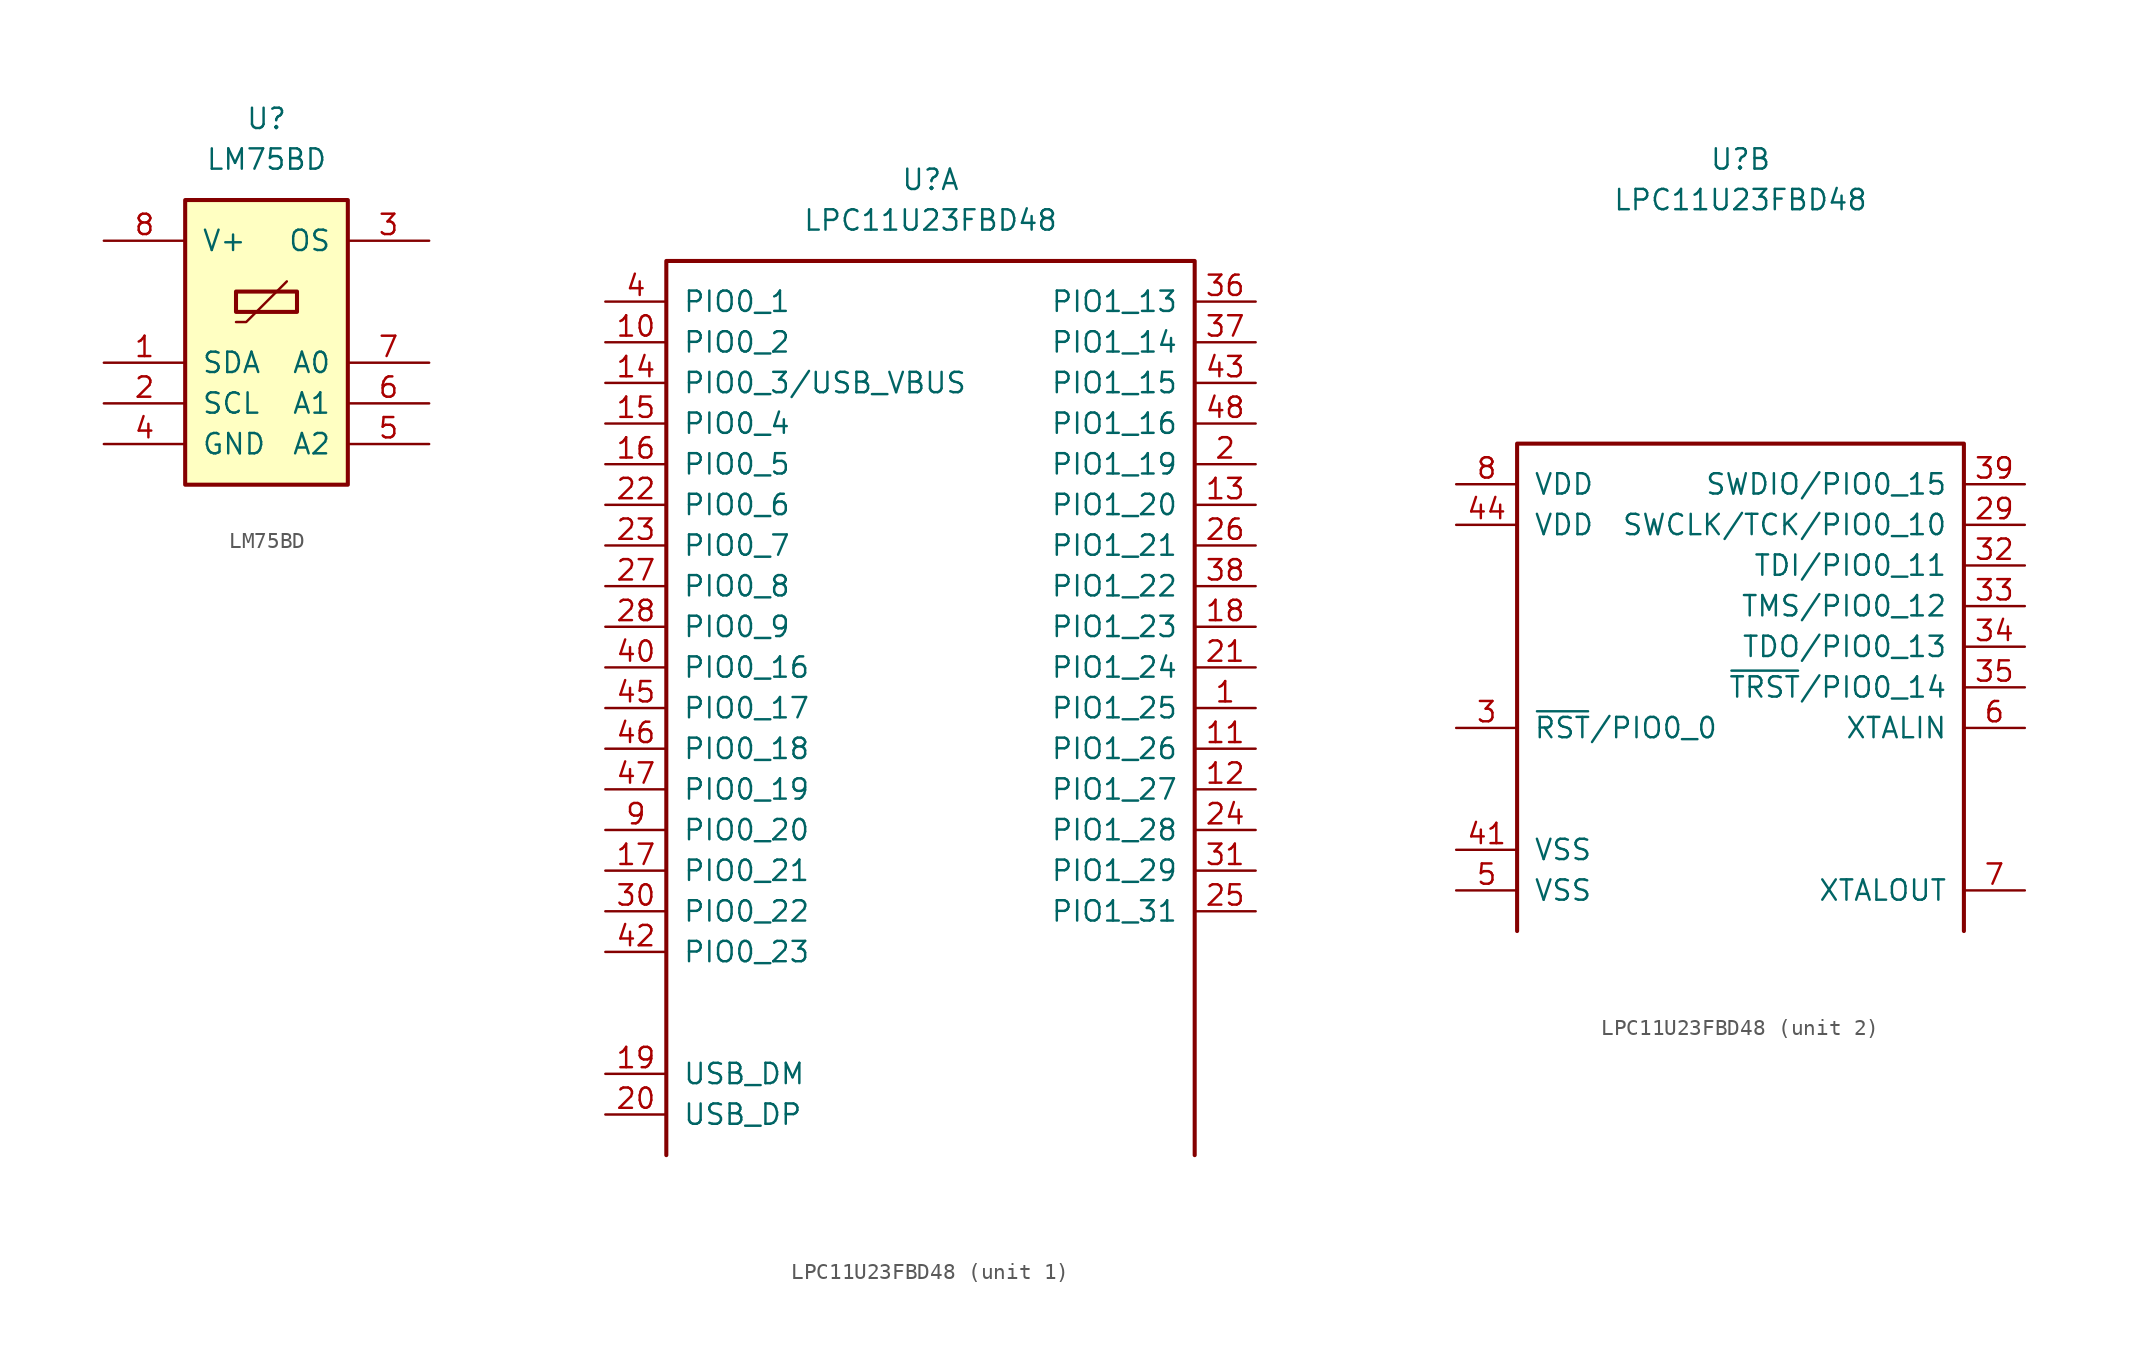
<source format=kicad_sym>
(kicad_symbol_lib
  (version 20211014)
  (generator kicad_symbol_editor)
  (symbol "LM75BD"
    (pin_names
      (offset 1.016))
    (property "Reference" "U"
      (at 0 7.62 0)
      (effects (font (size 1.27 1.27))))
    (property "Value" "LM75BD"
      (at 0 5.08 0)
      (effects (font (size 1.27 1.27))))
    (symbol "LM75BD_0_1"
      (rectangle (start -5.08 2.54) (end 5.08 -15.24) (stroke (width 0.254) (type default) (color 0 0 0 0)) (fill (type background)))
      (rectangle (start -1.905 -3.175) (end 1.905 -4.445) (stroke (width 0.254) (type default) (color 0 0 0 0)) (fill (type none)))
      (polyline (pts (xy -1.905 -5.08) (xy -1.27 -5.08) (xy 1.27 -2.54)) (stroke (width 0) (type default) (color 0 0 0 0)) (fill (type none))))
    (symbol "LM75BD_1_1"
      (pin open_collector line (at -10.16 -7.62 0) (length 5.08) (name "SDA" (effects (font (size 1.27 1.27)))) (number "1" (effects (font (size 1.27 1.27)))))
      (pin input line (at -10.16 -10.16 0) (length 5.08) (name "SCL" (effects (font (size 1.27 1.27)))) (number "2" (effects (font (size 1.27 1.27)))))
      (pin open_collector line (at 10.16 0 180) (length 5.08) (name "OS" (effects (font (size 1.27 1.27)))) (number "3" (effects (font (size 1.27 1.27)))))
      (pin power_in line (at -10.16 -12.7 0) (length 5.08) (name "GND" (effects (font (size 1.27 1.27)))) (number "4" (effects (font (size 1.27 1.27)))))
      (pin input line (at 10.16 -12.7 180) (length 5.08) (name "A2" (effects (font (size 1.27 1.27)))) (number "5" (effects (font (size 1.27 1.27)))))
      (pin input line (at 10.16 -10.16 180) (length 5.08) (name "A1" (effects (font (size 1.27 1.27)))) (number "6" (effects (font (size 1.27 1.27)))))
      (pin input line (at 10.16 -7.62 180) (length 5.08) (name "A0" (effects (font (size 1.27 1.27)))) (number "7" (effects (font (size 1.27 1.27)))))
      (pin power_in line (at -10.16 0 0) (length 5.08) (name "V+" (effects (font (size 1.27 1.27)))) (number "8" (effects (font (size 1.27 1.27)))))))
  (symbol "LPC11U23FBD48"
    (pin_names
      (offset 1.016))
    (property "Reference" "U"
      (at 0 33.02 0)
      (effects (font (size 1.27 1.27))))
    (property "Value" "LPC11U23FBD48"
      (at 0 30.48 0)
      (effects (font (size 1.27 1.27))))
    (property "ki_locked" ""
      (at 0 0 0)
      (effects (font (size 1.27 1.27))))
    (symbol "LPC11U23FBD48_1_1"
      (polyline (pts (xy -16.51 -27.94) (xy -16.51 27.94) (xy 16.51 27.94) (xy 16.51 -27.94)) (stroke (width 0.254) (type default) (color 0 0 0 0)) (fill (type none)))
      (pin bidirectional line (at 20.32 0 180) (length 3.81) (name "PIO1_25" (effects (font (size 1.27 1.27)))) (number "1" (effects (font (size 1.27 1.27)))))
      (pin bidirectional line (at -20.32 22.86 0) (length 3.81) (name "PIO0_2" (effects (font (size 1.27 1.27)))) (number "10" (effects (font (size 1.27 1.27)))))
      (pin bidirectional line (at 20.32 -2.54 180) (length 3.81) (name "PIO1_26" (effects (font (size 1.27 1.27)))) (number "11" (effects (font (size 1.27 1.27)))))
      (pin bidirectional line (at 20.32 -5.08 180) (length 3.81) (name "PIO1_27" (effects (font (size 1.27 1.27)))) (number "12" (effects (font (size 1.27 1.27)))))
      (pin bidirectional line (at 20.32 12.7 180) (length 3.81) (name "PIO1_20" (effects (font (size 1.27 1.27)))) (number "13" (effects (font (size 1.27 1.27)))))
      (pin bidirectional line (at -20.32 20.32 0) (length 3.81) (name "PIO0_3/USB_VBUS" (effects (font (size 1.27 1.27)))) (number "14" (effects (font (size 1.27 1.27)))))
      (pin bidirectional line (at -20.32 17.78 0) (length 3.81) (name "PIO0_4" (effects (font (size 1.27 1.27)))) (number "15" (effects (font (size 1.27 1.27)))))
      (pin bidirectional line (at -20.32 15.24 0) (length 3.81) (name "PIO0_5" (effects (font (size 1.27 1.27)))) (number "16" (effects (font (size 1.27 1.27)))))
      (pin bidirectional line (at -20.32 -10.16 0) (length 3.81) (name "PIO0_21" (effects (font (size 1.27 1.27)))) (number "17" (effects (font (size 1.27 1.27)))))
      (pin bidirectional line (at 20.32 5.08 180) (length 3.81) (name "PIO1_23" (effects (font (size 1.27 1.27)))) (number "18" (effects (font (size 1.27 1.27)))))
      (pin bidirectional line (at -20.32 -22.86 0) (length 3.81) (name "USB_DM" (effects (font (size 1.27 1.27)))) (number "19" (effects (font (size 1.27 1.27)))))
      (pin bidirectional line (at 20.32 15.24 180) (length 3.81) (name "PIO1_19" (effects (font (size 1.27 1.27)))) (number "2" (effects (font (size 1.27 1.27)))))
      (pin bidirectional line (at -20.32 -25.4 0) (length 3.81) (name "USB_DP" (effects (font (size 1.27 1.27)))) (number "20" (effects (font (size 1.27 1.27)))))
      (pin bidirectional line (at 20.32 2.54 180) (length 3.81) (name "PIO1_24" (effects (font (size 1.27 1.27)))) (number "21" (effects (font (size 1.27 1.27)))))
      (pin bidirectional line (at -20.32 12.7 0) (length 3.81) (name "PIO0_6" (effects (font (size 1.27 1.27)))) (number "22" (effects (font (size 1.27 1.27)))))
      (pin bidirectional line (at -20.32 10.16 0) (length 3.81) (name "PIO0_7" (effects (font (size 1.27 1.27)))) (number "23" (effects (font (size 1.27 1.27)))))
      (pin bidirectional line (at 20.32 -7.62 180) (length 3.81) (name "PIO1_28" (effects (font (size 1.27 1.27)))) (number "24" (effects (font (size 1.27 1.27)))))
      (pin bidirectional line (at 20.32 -12.7 180) (length 3.81) (name "PIO1_31" (effects (font (size 1.27 1.27)))) (number "25" (effects (font (size 1.27 1.27)))))
      (pin bidirectional line (at 20.32 10.16 180) (length 3.81) (name "PIO1_21" (effects (font (size 1.27 1.27)))) (number "26" (effects (font (size 1.27 1.27)))))
      (pin bidirectional line (at -20.32 7.62 0) (length 3.81) (name "PIO0_8" (effects (font (size 1.27 1.27)))) (number "27" (effects (font (size 1.27 1.27)))))
      (pin bidirectional line (at -20.32 5.08 0) (length 3.81) (name "PIO0_9" (effects (font (size 1.27 1.27)))) (number "28" (effects (font (size 1.27 1.27)))))
      (pin bidirectional line (at -20.32 -12.7 0) (length 3.81) (name "PIO0_22" (effects (font (size 1.27 1.27)))) (number "30" (effects (font (size 1.27 1.27)))))
      (pin bidirectional line (at 20.32 -10.16 180) (length 3.81) (name "PIO1_29" (effects (font (size 1.27 1.27)))) (number "31" (effects (font (size 1.27 1.27)))))
      (pin bidirectional line (at 20.32 25.4 180) (length 3.81) (name "PIO1_13" (effects (font (size 1.27 1.27)))) (number "36" (effects (font (size 1.27 1.27)))))
      (pin bidirectional line (at 20.32 22.86 180) (length 3.81) (name "PIO1_14" (effects (font (size 1.27 1.27)))) (number "37" (effects (font (size 1.27 1.27)))))
      (pin bidirectional line (at 20.32 7.62 180) (length 3.81) (name "PIO1_22" (effects (font (size 1.27 1.27)))) (number "38" (effects (font (size 1.27 1.27)))))
      (pin bidirectional line (at -20.32 25.4 0) (length 3.81) (name "PIO0_1" (effects (font (size 1.27 1.27)))) (number "4" (effects (font (size 1.27 1.27)))))
      (pin bidirectional line (at -20.32 2.54 0) (length 3.81) (name "PIO0_16" (effects (font (size 1.27 1.27)))) (number "40" (effects (font (size 1.27 1.27)))))
      (pin bidirectional line (at -20.32 -15.24 0) (length 3.81) (name "PIO0_23" (effects (font (size 1.27 1.27)))) (number "42" (effects (font (size 1.27 1.27)))))
      (pin bidirectional line (at 20.32 20.32 180) (length 3.81) (name "PIO1_15" (effects (font (size 1.27 1.27)))) (number "43" (effects (font (size 1.27 1.27)))))
      (pin bidirectional line (at -20.32 0 0) (length 3.81) (name "PIO0_17" (effects (font (size 1.27 1.27)))) (number "45" (effects (font (size 1.27 1.27)))))
      (pin bidirectional line (at -20.32 -2.54 0) (length 3.81) (name "PIO0_18" (effects (font (size 1.27 1.27)))) (number "46" (effects (font (size 1.27 1.27)))))
      (pin bidirectional line (at -20.32 -5.08 0) (length 3.81) (name "PIO0_19" (effects (font (size 1.27 1.27)))) (number "47" (effects (font (size 1.27 1.27)))))
      (pin bidirectional line (at 20.32 17.78 180) (length 3.81) (name "PIO1_16" (effects (font (size 1.27 1.27)))) (number "48" (effects (font (size 1.27 1.27)))))
      (pin power_in line (at -20.32 -7.62 0) (length 3.81) (name "PIO0_20" (effects (font (size 1.27 1.27)))) (number "9" (effects (font (size 1.27 1.27))))))
    (symbol "LPC11U23FBD48_2_1"
      (polyline (pts (xy 13.97 -15.24) (xy 13.97 15.24) (xy -13.97 15.24) (xy -13.97 -15.24)) (stroke (width 0.254) (type default) (color 0 0 0 0)) (fill (type none)))
      (pin bidirectional line (at 17.78 10.16 180) (length 3.81) (name "SWCLK/TCK/PIO0_10" (effects (font (size 1.27 1.27)))) (number "29" (effects (font (size 1.27 1.27)))))
      (pin bidirectional line (at -17.78 -2.54 0) (length 3.81) (name "~{RST}/PIO0_0" (effects (font (size 1.27 1.27)))) (number "3" (effects (font (size 1.27 1.27)))))
      (pin bidirectional line (at 17.78 7.62 180) (length 3.81) (name "TDI/PIO0_11" (effects (font (size 1.27 1.27)))) (number "32" (effects (font (size 1.27 1.27)))))
      (pin bidirectional line (at 17.78 5.08 180) (length 3.81) (name "TMS/PIO0_12" (effects (font (size 1.27 1.27)))) (number "33" (effects (font (size 1.27 1.27)))))
      (pin bidirectional line (at 17.78 2.54 180) (length 3.81) (name "TDO/PIO0_13" (effects (font (size 1.27 1.27)))) (number "34" (effects (font (size 1.27 1.27)))))
      (pin bidirectional line (at 17.78 0 180) (length 3.81) (name "~{TRST}/PIO0_14" (effects (font (size 1.27 1.27)))) (number "35" (effects (font (size 1.27 1.27)))))
      (pin bidirectional line (at 17.78 12.7 180) (length 3.81) (name "SWDIO/PIO0_15" (effects (font (size 1.27 1.27)))) (number "39" (effects (font (size 1.27 1.27)))))
      (pin power_in line (at -17.78 -10.16 0) (length 3.81) (name "VSS" (effects (font (size 1.27 1.27)))) (number "41" (effects (font (size 1.27 1.27)))))
      (pin power_in line (at -17.78 10.16 0) (length 3.81) (name "VDD" (effects (font (size 1.27 1.27)))) (number "44" (effects (font (size 1.27 1.27)))))
      (pin power_in line (at -17.78 -12.7 0) (length 3.81) (name "VSS" (effects (font (size 1.27 1.27)))) (number "5" (effects (font (size 1.27 1.27)))))
      (pin passive line (at 17.78 -2.54 180) (length 3.81) (name "XTALIN" (effects (font (size 1.27 1.27)))) (number "6" (effects (font (size 1.27 1.27)))))
      (pin passive line (at 17.78 -12.7 180) (length 3.81) (name "XTALOUT" (effects (font (size 1.27 1.27)))) (number "7" (effects (font (size 1.27 1.27)))))
      (pin power_in line (at -17.78 12.7 0) (length 3.81) (name "VDD" (effects (font (size 1.27 1.27)))) (number "8" (effects (font (size 1.27 1.27))))))))
</source>
